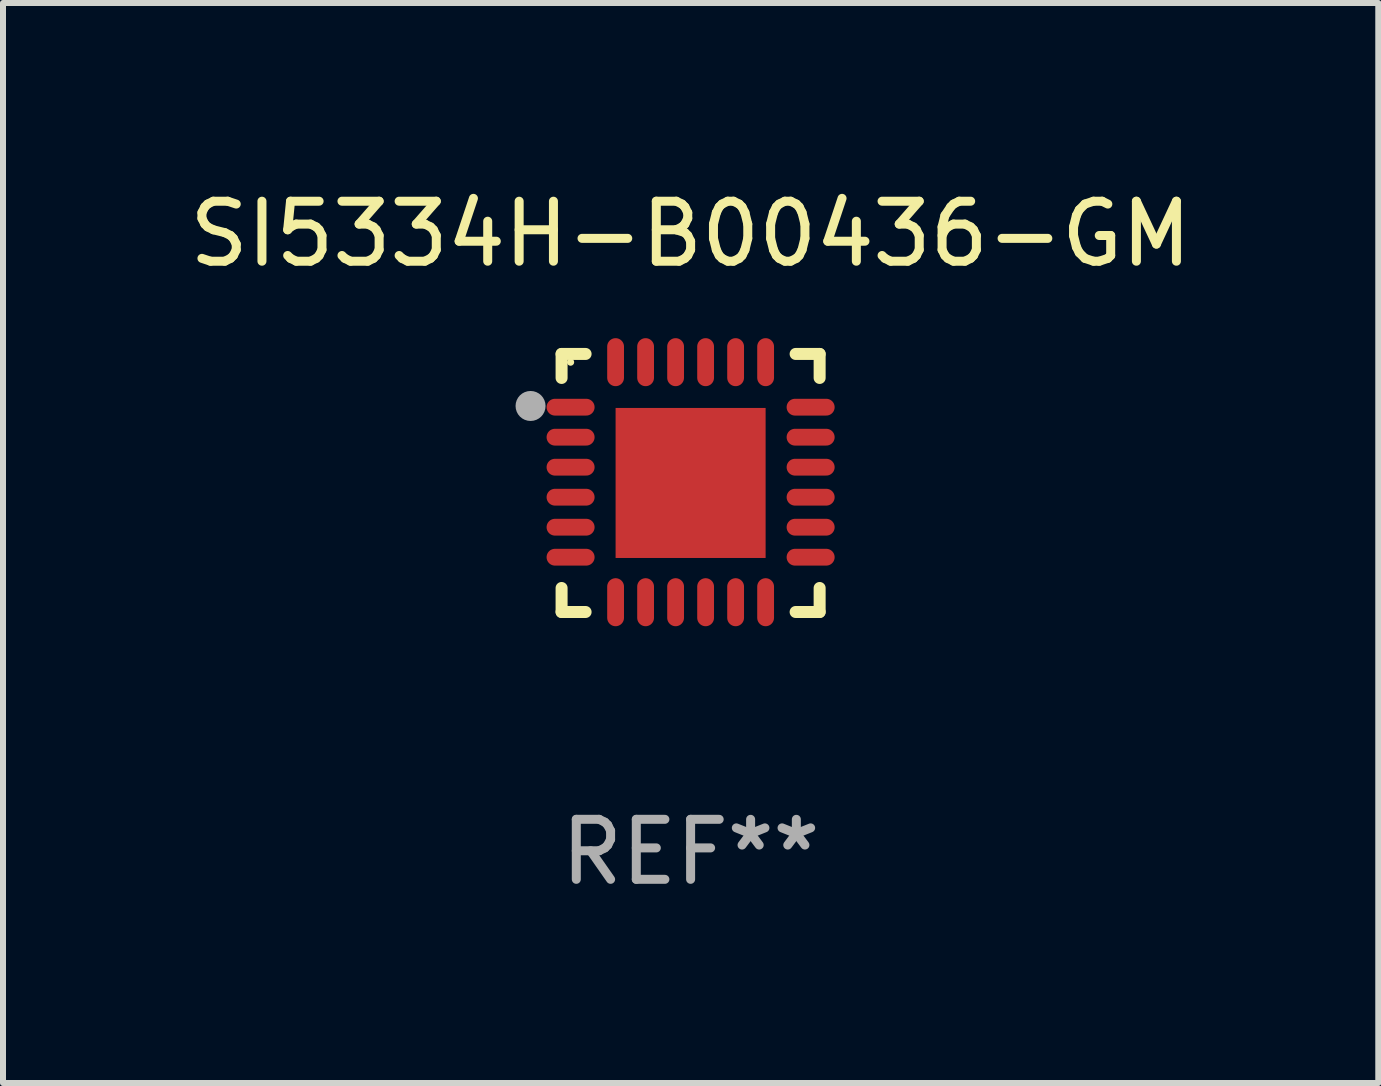
<source format=kicad_pcb>
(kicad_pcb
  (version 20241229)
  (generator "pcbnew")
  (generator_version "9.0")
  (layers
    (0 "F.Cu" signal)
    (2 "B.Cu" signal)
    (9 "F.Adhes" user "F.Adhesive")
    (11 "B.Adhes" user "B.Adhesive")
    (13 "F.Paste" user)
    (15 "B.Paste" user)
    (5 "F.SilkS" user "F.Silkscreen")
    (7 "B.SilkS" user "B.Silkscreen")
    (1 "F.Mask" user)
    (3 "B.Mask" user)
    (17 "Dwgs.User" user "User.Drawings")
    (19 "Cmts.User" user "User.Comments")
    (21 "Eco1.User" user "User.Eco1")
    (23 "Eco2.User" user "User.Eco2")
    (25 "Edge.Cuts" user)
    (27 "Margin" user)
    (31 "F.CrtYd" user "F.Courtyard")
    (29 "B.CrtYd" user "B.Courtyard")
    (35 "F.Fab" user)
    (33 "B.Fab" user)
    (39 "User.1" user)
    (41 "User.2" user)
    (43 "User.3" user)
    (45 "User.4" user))
  (footprint "SI5334H-B00436-GM"
    (layer "F.Cu")
    (at 8.458 4.998)
    (property "Reference" "SI5334H-B00436-GM" (at 0 -4.15 0) (layer "F.SilkS") (effects (font (size 1 1) (thickness 0.15))))
    (attr through_hole)
    (fp_line (start -2.15 -2.15) (end -1.75 -2.15) (stroke (width 0.2) (type solid)) (layer "F.SilkS"))
    (fp_line (start -2.15 -1.75) (end -2.15 -2.15) (stroke (width 0.2) (type solid)) (layer "F.SilkS"))
    (fp_line (start -2.15 2.15) (end -2.15 1.75) (stroke (width 0.2) (type solid)) (layer "F.SilkS"))
    (fp_line (start -1.75 2.15) (end -2.15 2.15) (stroke (width 0.2) (type solid)) (layer "F.SilkS"))
    (fp_line (start 1.75 -2.15) (end 2.15 -2.15) (stroke (width 0.2) (type solid)) (layer "F.SilkS"))
    (fp_line (start 1.75 2.15) (end 2.15 2.15) (stroke (width 0.2) (type solid)) (layer "F.SilkS"))
    (fp_line (start 2.15 -2.15) (end 2.15 -1.75) (stroke (width 0.2) (type solid)) (layer "F.SilkS"))
    (fp_line (start 2.15 2.15) (end 2.15 1.75) (stroke (width 0.2) (type solid)) (layer "F.SilkS"))
    (fp_circle (center -2 -2.013) (end -1.97 -2.013) (stroke (width 0.06) (type solid)) (fill no) (layer "F.SilkS"))
    (fp_circle (center -2.667 -1.283) (end -2.542 -1.283) (stroke (width 0.25) (type solid)) (fill no) (layer "F.Fab"))
    (fp_text user "REF**" (at 0 6.15 0) (layer "F.Fab") (effects (font (size 1 1) (thickness 0.15))))
    (pad "1" smd oval (at -2 -1.263) (size 0.8 0.28) (layers "F.Cu" "F.Mask" "F.Paste"))
    (pad "2" smd oval (at -2 -0.763) (size 0.8 0.28) (layers "F.Cu" "F.Mask" "F.Paste"))
    (pad "3" smd oval (at -2 -0.263) (size 0.8 0.28) (layers "F.Cu" "F.Mask" "F.Paste"))
    (pad "4" smd oval (at -2 0.237) (size 0.8 0.28) (layers "F.Cu" "F.Mask" "F.Paste"))
    (pad "5" smd oval (at -2 0.737) (size 0.8 0.28) (layers "F.Cu" "F.Mask" "F.Paste"))
    (pad "6" smd oval (at -2 1.237) (size 0.8 0.28) (layers "F.Cu" "F.Mask" "F.Paste"))
    (pad "7" smd oval (at -1.25 1.987) (size 0.28 0.8) (layers "F.Cu" "F.Mask" "F.Paste"))
    (pad "8" smd oval (at -0.75 1.987) (size 0.28 0.8) (layers "F.Cu" "F.Mask" "F.Paste"))
    (pad "9" smd oval (at -0.25 1.987) (size 0.28 0.8) (layers "F.Cu" "F.Mask" "F.Paste"))
    (pad "10" smd oval (at 0.25 1.987) (size 0.28 0.8) (layers "F.Cu" "F.Mask" "F.Paste"))
    (pad "11" smd oval (at 0.75 1.987) (size 0.28 0.8) (layers "F.Cu" "F.Mask" "F.Paste"))
    (pad "12" smd oval (at 1.25 1.987) (size 0.28 0.8) (layers "F.Cu" "F.Mask" "F.Paste"))
    (pad "13" smd oval (at 2 1.237) (size 0.8 0.28) (layers "F.Cu" "F.Mask" "F.Paste"))
    (pad "14" smd oval (at 2 0.737) (size 0.8 0.28) (layers "F.Cu" "F.Mask" "F.Paste"))
    (pad "15" smd oval (at 2 0.237) (size 0.8 0.28) (layers "F.Cu" "F.Mask" "F.Paste"))
    (pad "16" smd oval (at 2 -0.263) (size 0.8 0.28) (layers "F.Cu" "F.Mask" "F.Paste"))
    (pad "17" smd oval (at 2 -0.763) (size 0.8 0.28) (layers "F.Cu" "F.Mask" "F.Paste"))
    (pad "18" smd oval (at 2 -1.263) (size 0.8 0.28) (layers "F.Cu" "F.Mask" "F.Paste"))
    (pad "19" smd oval (at 1.25 -2.013) (size 0.28 0.8) (layers "F.Cu" "F.Mask" "F.Paste"))
    (pad "20" smd oval (at 0.75 -2.013) (size 0.28 0.8) (layers "F.Cu" "F.Mask" "F.Paste"))
    (pad "21" smd oval (at 0.25 -2.013) (size 0.28 0.8) (layers "F.Cu" "F.Mask" "F.Paste"))
    (pad "22" smd oval (at -0.25 -2.013) (size 0.28 0.8) (layers "F.Cu" "F.Mask" "F.Paste"))
    (pad "23" smd oval (at -0.75 -2.013) (size 0.28 0.8) (layers "F.Cu" "F.Mask" "F.Paste"))
    (pad "24" smd oval (at -1.25 -2.013) (size 0.28 0.8) (layers "F.Cu" "F.Mask" "F.Paste"))
    (pad "25" smd rect (at -0.000127 -0.00014) (size 2.5 2.5) (layers "F.Cu" "F.Mask" "F.Paste")))
  (gr_rect
    (start -3 -3)
    (end 19.917 14.997)
    (stroke (width 0.1) (type default))
    (fill no)
    (layer "Edge.Cuts")))
</source>
